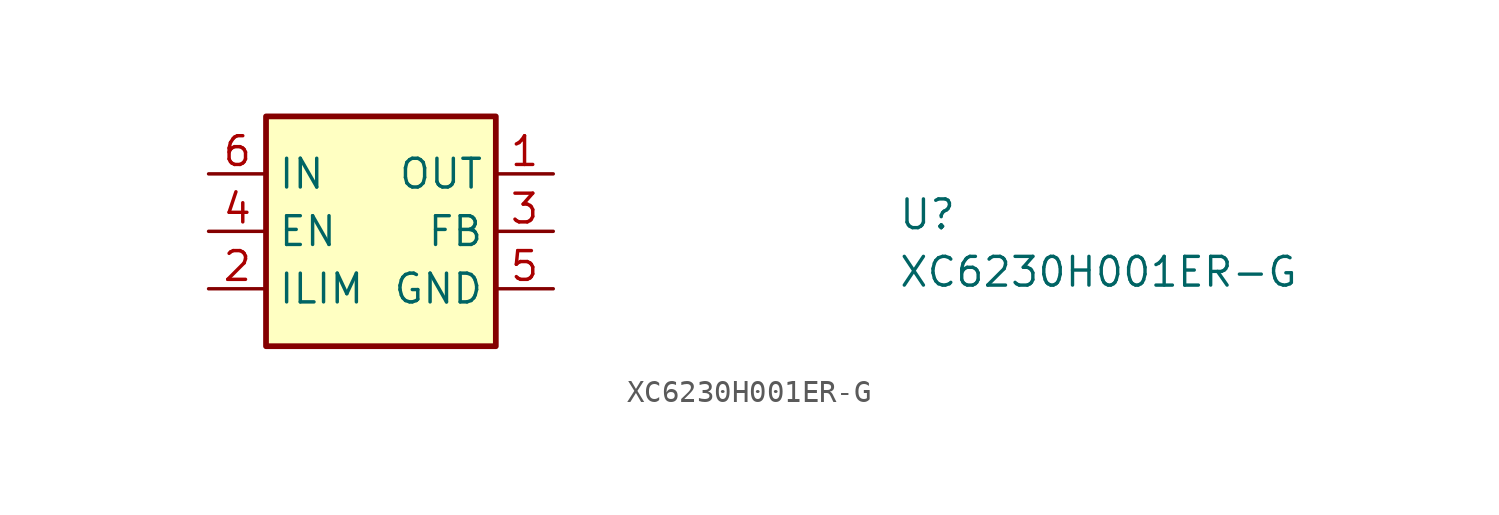
<source format=kicad_sym>
(kicad_symbol_lib
  (version 20211014)
  (generator kicad_symbol_editor)
  (symbol "XC6230H001ER-G"
    (property "Reference" "U"
      (at 30.48 -2.54 0)
      (effects (font (size 1.27 1.27) (thickness 0.15)) (justify left bottom)))
    (property "Value" "XC6230H001ER-G"
      (at 30.48 -5.08 0)
      (effects (font (size 1.27 1.27) (thickness 0.15)) (justify left bottom)))
    (symbol "XC6230H001ER-G_1_1"
      (rectangle (start 2.54 2.54) (end 12.7 -7.62) (stroke (width 0.254) (type default) (color 0 0 0 0)) (fill (type background)))
      (pin power_out line (at 15.24 0 180) (length 2.54) (name "OUT" (effects (font (size 1.27 1.27)))) (number "1" (effects (font (size 1.27 1.27)))))
      (pin output line (at 0 -5.08 0) (length 2.54) (name "ILIM" (effects (font (size 1.27 1.27)))) (number "2" (effects (font (size 1.27 1.27)))))
      (pin open_collector line (at 15.24 -2.54 180) (length 2.54) (name "FB" (effects (font (size 1.27 1.27)))) (number "3" (effects (font (size 1.27 1.27)))))
      (pin input line (at 0 -2.54 0) (length 2.54) (name "EN" (effects (font (size 1.27 1.27)))) (number "4" (effects (font (size 1.27 1.27)))))
      (pin power_in line (at 15.24 -5.08 180) (length 2.54) (name "GND" (effects (font (size 1.27 1.27)))) (number "5" (effects (font (size 1.27 1.27)))))
      (pin power_out line (at 0 0 0) (length 2.54) (name "IN" (effects (font (size 1.27 1.27)))) (number "6" (effects (font (size 1.27 1.27)))))
      (pin passive line (at 15.24 -5.08 180) (length 2.54) hide (name "EP" (effects (font (size 1.27 1.27)))) (number "7" (effects (font (size 1.27 1.27))))))))
</source>
